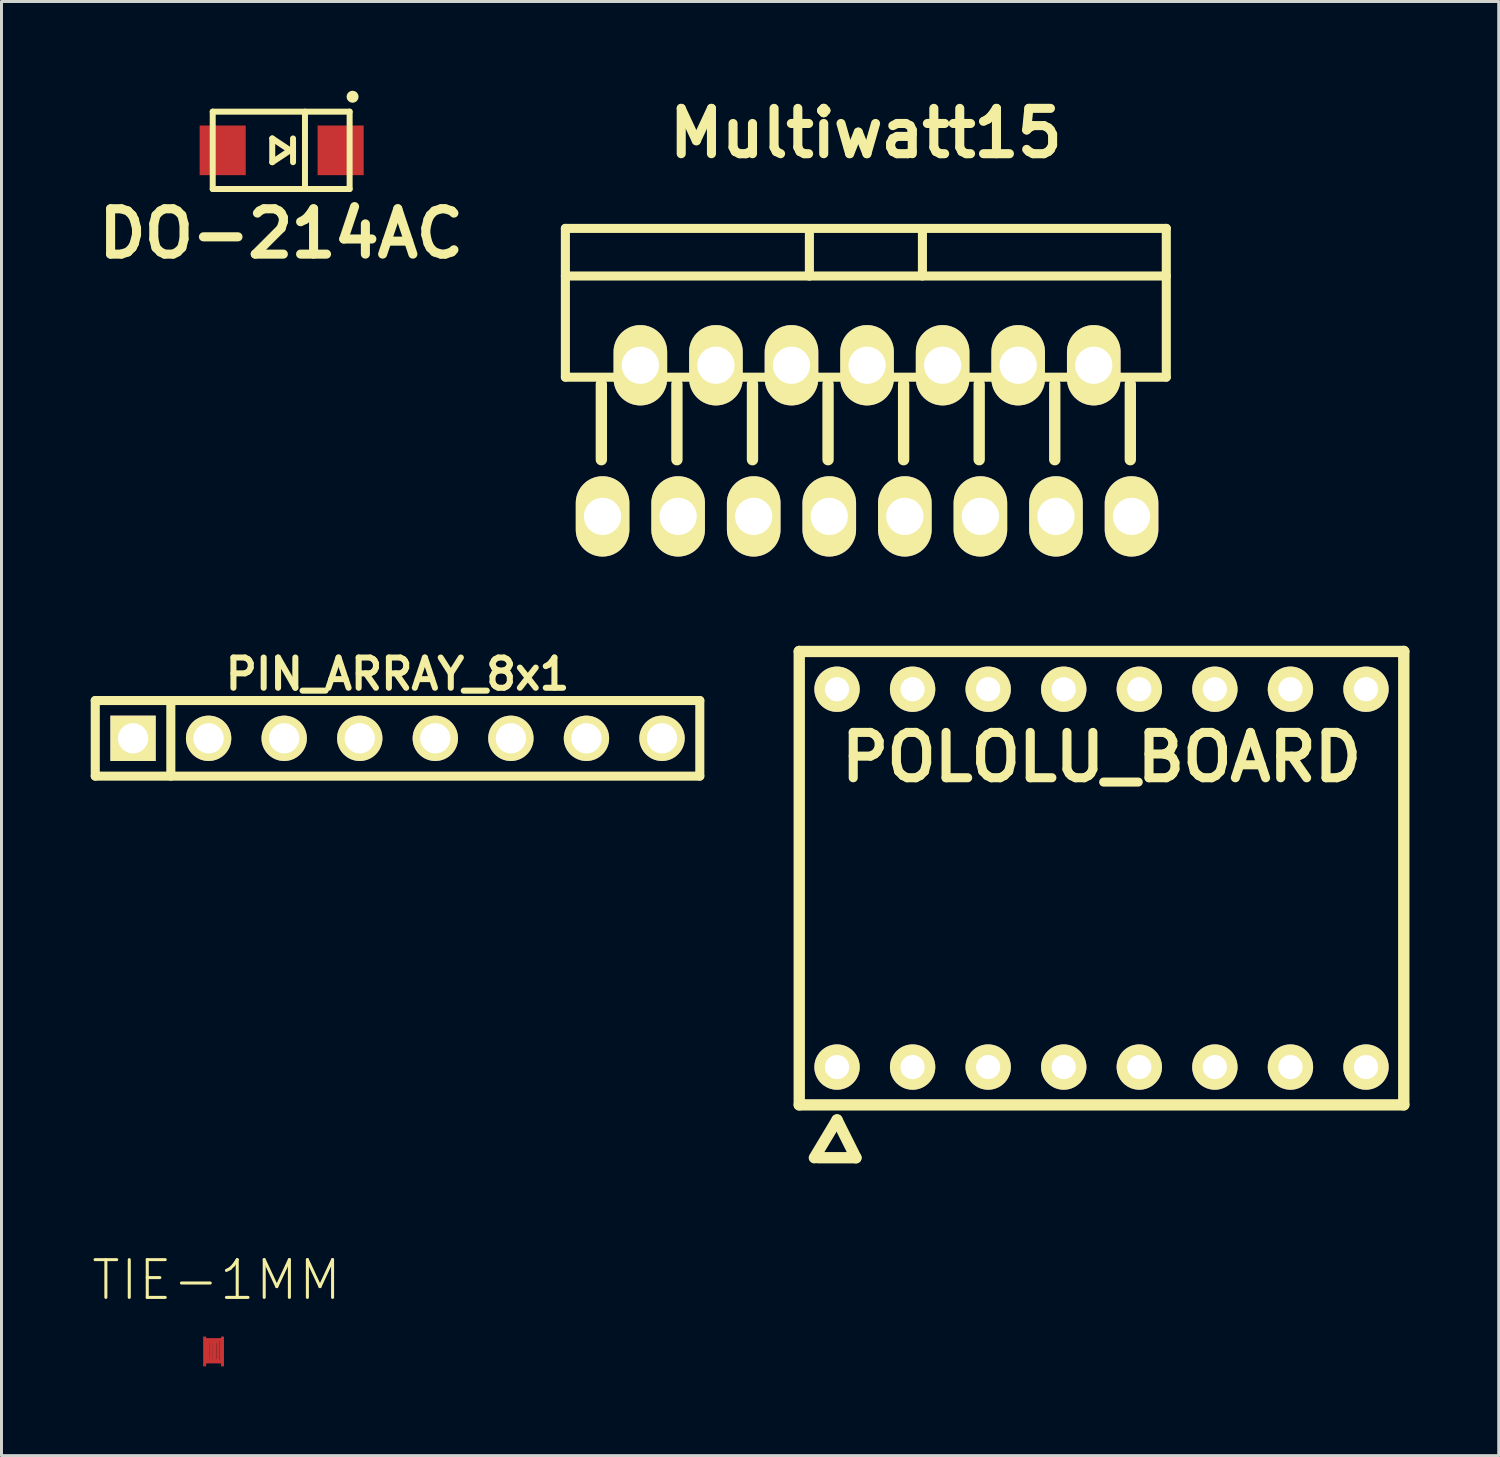
<source format=kicad_pcb>
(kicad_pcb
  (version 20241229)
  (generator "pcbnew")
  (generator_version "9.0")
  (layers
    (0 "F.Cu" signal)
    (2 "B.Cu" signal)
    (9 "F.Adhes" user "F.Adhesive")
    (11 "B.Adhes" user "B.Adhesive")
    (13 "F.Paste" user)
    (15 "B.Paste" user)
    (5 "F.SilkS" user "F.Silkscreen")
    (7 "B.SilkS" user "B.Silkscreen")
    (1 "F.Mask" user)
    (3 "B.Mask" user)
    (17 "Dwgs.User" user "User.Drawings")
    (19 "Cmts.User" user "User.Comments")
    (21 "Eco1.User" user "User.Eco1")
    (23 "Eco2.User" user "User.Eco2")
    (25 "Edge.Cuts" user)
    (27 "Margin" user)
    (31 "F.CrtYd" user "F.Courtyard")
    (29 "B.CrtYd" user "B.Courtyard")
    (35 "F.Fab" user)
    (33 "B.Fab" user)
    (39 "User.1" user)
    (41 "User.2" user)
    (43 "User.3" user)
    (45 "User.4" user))
  (footprint "POLOLU_BOARD"
    (layer "F.Cu")
    (at 33.975 32.817)
    (property "Reference" "POLOLU_BOARD" (at 0 -10.414 0) (layer "F.SilkS") (effects (font (size 1.524 1.524) (thickness 0.305))))
    (attr through_hole)
    (fp_line (start -10.16 -13.97) (end 10.16 -13.97) (stroke (width 0.381) (type solid)) (layer "F.SilkS"))
    (fp_line (start -10.16 1.27) (end -10.16 -13.97) (stroke (width 0.381) (type solid)) (layer "F.SilkS"))
    (fp_line (start -9.652 3.048) (end -8.89 1.778) (stroke (width 0.381) (type solid)) (layer "F.SilkS"))
    (fp_line (start -8.89 1.778) (end -8.255 3.048) (stroke (width 0.381) (type solid)) (layer "F.SilkS"))
    (fp_line (start -8.255 3.048) (end -9.525 3.048) (stroke (width 0.381) (type solid)) (layer "F.SilkS"))
    (fp_line (start 10.16 -13.97) (end 10.16 1.27) (stroke (width 0.381) (type solid)) (layer "F.SilkS"))
    (fp_line (start 10.16 1.27) (end -10.16 1.27) (stroke (width 0.381) (type solid)) (layer "F.SilkS"))
    (pad "1" thru_hole circle (at -8.89 0) (size 1.524 1.524) (drill 0.813) (layers "*.Cu" "*.Mask" "F.SilkS"))
    (pad "2" thru_hole circle (at -6.35 0) (size 1.524 1.524) (drill 0.813) (layers "*.Cu" "*.Mask" "F.SilkS"))
    (pad "3" thru_hole circle (at -3.81 0) (size 1.524 1.524) (drill 0.813) (layers "*.Cu" "*.Mask" "F.SilkS"))
    (pad "4" thru_hole circle (at -1.27 0) (size 1.524 1.524) (drill 0.813) (layers "*.Cu" "*.Mask" "F.SilkS"))
    (pad "5" thru_hole circle (at 1.27 0) (size 1.524 1.524) (drill 0.813) (layers "*.Cu" "*.Mask" "F.SilkS"))
    (pad "6" thru_hole circle (at 3.81 0) (size 1.524 1.524) (drill 0.813) (layers "*.Cu" "*.Mask" "F.SilkS"))
    (pad "7" thru_hole circle (at 6.35 0) (size 1.524 1.524) (drill 0.813) (layers "*.Cu" "*.Mask" "F.SilkS"))
    (pad "8" thru_hole circle (at 8.89 0) (size 1.524 1.524) (drill 0.813) (layers "*.Cu" "*.Mask" "F.SilkS"))
    (pad "9" thru_hole circle (at 8.89 -12.7) (size 1.524 1.524) (drill 0.813) (layers "*.Cu" "*.Mask" "F.SilkS"))
    (pad "10" thru_hole circle (at 6.35 -12.7) (size 1.524 1.524) (drill 0.813) (layers "*.Cu" "*.Mask" "F.SilkS"))
    (pad "11" thru_hole circle (at 3.81 -12.7) (size 1.524 1.524) (drill 0.813) (layers "*.Cu" "*.Mask" "F.SilkS"))
    (pad "12" thru_hole circle (at 1.27 -12.7) (size 1.524 1.524) (drill 0.813) (layers "*.Cu" "*.Mask" "F.SilkS"))
    (pad "13" thru_hole circle (at -1.27 -12.7) (size 1.524 1.524) (drill 0.813) (layers "*.Cu" "*.Mask" "F.SilkS"))
    (pad "14" thru_hole circle (at -3.81 -12.7) (size 1.524 1.524) (drill 0.813) (layers "*.Cu" "*.Mask" "F.SilkS"))
    (pad "15" thru_hole circle (at -6.35 -12.7) (size 1.524 1.524) (drill 0.813) (layers "*.Cu" "*.Mask" "F.SilkS"))
    (pad "16" thru_hole circle (at -8.89 -12.7) (size 1.524 1.524) (drill 0.813) (layers "*.Cu" "*.Mask" "F.SilkS")))
  (footprint "DO-214AC"
    (layer "F.Cu")
    (at 6.401 2.003)
    (property "Reference" "DO-214AC" (at 0 2.799 0) (layer "F.SilkS") (effects (font (size 1.524 1.524) (thickness 0.305))))
    (attr through_hole)
    (fp_line (start -2.301 -1.3) (end 2.301 -1.3) (stroke (width 0.201) (type solid)) (layer "F.SilkS"))
    (fp_line (start -2.301 1.3) (end -2.301 -1.3) (stroke (width 0.201) (type solid)) (layer "F.SilkS"))
    (fp_line (start -2.301 1.3) (end 2.301 1.3) (stroke (width 0.201) (type solid)) (layer "F.SilkS"))
    (fp_line (start -0.3 -0.399) (end 0.3 0) (stroke (width 0.201) (type solid)) (layer "F.SilkS"))
    (fp_line (start -0.3 0.399) (end -0.3 -0.399) (stroke (width 0.201) (type solid)) (layer "F.SilkS"))
    (fp_line (start 0.3 0) (end -0.3 0.399) (stroke (width 0.201) (type solid)) (layer "F.SilkS"))
    (fp_line (start 0.399 -0.399) (end 0.399 0.399) (stroke (width 0.201) (type solid)) (layer "F.SilkS"))
    (fp_line (start 0.8 -1.3) (end 0.8 1.3) (stroke (width 0.201) (type solid)) (layer "F.SilkS"))
    (fp_line (start 2.301 -1.3) (end 2.301 1.3) (stroke (width 0.201) (type solid)) (layer "F.SilkS"))
    (fp_circle (center 2.4 -1.801) (end 2.4 -1.699) (stroke (width 0.201) (type solid)) (fill no) (layer "F.SilkS"))
    (pad "1" smd rect (at -1.966 0) (size 1.549 1.669) (layers "F.Cu" "F.Mask" "F.Paste"))
    (pad "2" smd rect (at 1.999 0) (size 1.549 1.669) (layers "F.Cu" "F.Mask" "F.Paste")))
  (footprint "TIE-1MM"
    (layer "F.Cu")
    (at 4.129 42.377)
    (property "Reference" "TIE-1MM" (at 0.099 -2.4 0) (layer "F.SilkS") (effects (font (size 1.27 1.27) (thickness 0.102))))
    (attr through_hole)
    (fp_line (start -0.249 -0.399) (end 0.249 -0.399) (stroke (width 0.099) (type solid)) (layer "F.Cu"))
    (fp_line (start -0.249 -0.351) (end -0.099 -0.351) (stroke (width 0.099) (type solid)) (layer "F.Cu"))
    (fp_line (start -0.249 0.351) (end -0.249 -0.351) (stroke (width 0.099) (type solid)) (layer "F.Cu"))
    (fp_line (start -0.201 -0.351) (end 0.15 -0.351) (stroke (width 0.099) (type solid)) (layer "F.Cu"))
    (fp_line (start -0.201 0.3) (end -0.201 -0.351) (stroke (width 0.099) (type solid)) (layer "F.Cu"))
    (fp_line (start -0.099 -0.351) (end -0.099 0.3) (stroke (width 0.099) (type solid)) (layer "F.Cu"))
    (fp_line (start -0.099 0.3) (end -0.201 0.3) (stroke (width 0.099) (type solid)) (layer "F.Cu"))
    (fp_line (start 0 -0.3) (end 0.051 -0.3) (stroke (width 0.099) (type solid)) (layer "F.Cu"))
    (fp_line (start 0 0.3) (end 0 -0.3) (stroke (width 0.099) (type solid)) (layer "F.Cu"))
    (fp_line (start 0.051 -0.3) (end 0.051 0.249) (stroke (width 0.099) (type solid)) (layer "F.Cu"))
    (fp_line (start 0.15 -0.351) (end 0.15 0.3) (stroke (width 0.099) (type solid)) (layer "F.Cu"))
    (fp_line (start 0.15 0.3) (end 0 0.3) (stroke (width 0.099) (type solid)) (layer "F.Cu"))
    (fp_line (start 0.249 -0.399) (end 0.249 0.351) (stroke (width 0.099) (type solid)) (layer "F.Cu"))
    (fp_line (start 0.249 0.351) (end -0.249 0.351) (stroke (width 0.099) (type solid)) (layer "F.Cu"))
    (pad "1" smd rect (at -0.3 0) (size 0.099 1.001) (layers "F.Cu" "F.Mask" "F.Paste"))
    (pad "2" smd rect (at 0.3 0) (size 0.099 1.001) (layers "F.Cu" "F.Mask" "F.Paste")))
  (footprint "Multiwatt15"
    (layer "F.Cu")
    (at 26.053 9.227)
    (property "Reference" "Multiwatt15" (at 0 -7.8 0) (layer "F.SilkS") (effects (font (size 1.524 1.524) (thickness 0.305))))
    (attr through_hole)
    (fp_line (start -10.099 -4.6) (end -10.099 0.399) (stroke (width 0.305) (type solid)) (layer "F.SilkS"))
    (fp_line (start -10.099 0.401) (end 10.099 0.401) (stroke (width 0.305) (type solid)) (layer "F.SilkS"))
    (fp_line (start -8.89 3.175) (end -8.89 0.635) (stroke (width 0.381) (type solid)) (layer "F.SilkS"))
    (fp_line (start -6.35 0.635) (end -6.35 3.175) (stroke (width 0.381) (type solid)) (layer "F.SilkS"))
    (fp_line (start -3.81 0.635) (end -3.81 3.175) (stroke (width 0.381) (type solid)) (layer "F.SilkS"))
    (fp_line (start -1.897 -2.997) (end -1.897 -4.498) (stroke (width 0.305) (type solid)) (layer "F.SilkS"))
    (fp_line (start -1.27 0.635) (end -1.27 3.175) (stroke (width 0.381) (type solid)) (layer "F.SilkS"))
    (fp_line (start 1.27 0.635) (end 1.27 3.175) (stroke (width 0.381) (type solid)) (layer "F.SilkS"))
    (fp_line (start 1.902 -4.501) (end 1.902 -3) (stroke (width 0.305) (type solid)) (layer "F.SilkS"))
    (fp_line (start 3.81 0.635) (end 3.81 3.175) (stroke (width 0.381) (type solid)) (layer "F.SilkS"))
    (fp_line (start 6.35 0.635) (end 6.35 3.175) (stroke (width 0.381) (type solid)) (layer "F.SilkS"))
    (fp_line (start 8.89 0.635) (end 8.89 3.175) (stroke (width 0.381) (type solid)) (layer "F.SilkS"))
    (fp_line (start 10.099 -4.6) (end -10.099 -4.6) (stroke (width 0.305) (type solid)) (layer "F.SilkS"))
    (fp_line (start 10.099 -4.6) (end 10.099 0.399) (stroke (width 0.305) (type solid)) (layer "F.SilkS"))
    (fp_line (start 10.099 -3) (end -10.099 -3) (stroke (width 0.305) (type solid)) (layer "F.SilkS"))
    (pad "1" thru_hole oval (at -8.849 5.08) (size 1.801 2.7) (drill 1.25) (layers "*.Cu" "*.Mask" "F.SilkS"))
    (pad "2" thru_hole oval (at -7.579 0) (size 1.801 2.7) (drill 1.25) (layers "*.Cu" "*.Mask" "F.SilkS"))
    (pad "3" thru_hole oval (at -6.309 5.08) (size 1.801 2.7) (drill 1.25) (layers "*.Cu" "*.Mask" "F.SilkS"))
    (pad "4" thru_hole oval (at -5.039 0) (size 1.801 2.7) (drill 1.25) (layers "*.Cu" "*.Mask" "F.SilkS"))
    (pad "5" thru_hole oval (at -3.769 5.08) (size 1.801 2.7) (drill 1.25) (layers "*.Cu" "*.Mask" "F.SilkS"))
    (pad "6" thru_hole oval (at -2.499 0) (size 1.801 2.7) (drill 1.25) (layers "*.Cu" "*.Mask" "F.SilkS"))
    (pad "7" thru_hole oval (at -1.229 5.08) (size 1.801 2.7) (drill 1.25) (layers "*.Cu" "*.Mask" "F.SilkS"))
    (pad "8" thru_hole oval (at 0.041 0) (size 1.801 2.7) (drill 1.25) (layers "*.Cu" "*.Mask" "F.SilkS"))
    (pad "9" thru_hole oval (at 1.311 5.08) (size 1.801 2.7) (drill 1.25) (layers "*.Cu" "*.Mask" "F.SilkS"))
    (pad "10" thru_hole oval (at 2.581 0) (size 1.801 2.7) (drill 1.25) (layers "*.Cu" "*.Mask" "F.SilkS"))
    (pad "11" thru_hole oval (at 3.851 5.08) (size 1.801 2.7) (drill 1.25) (layers "*.Cu" "*.Mask" "F.SilkS"))
    (pad "12" thru_hole oval (at 5.121 0) (size 1.801 2.7) (drill 1.25) (layers "*.Cu" "*.Mask" "F.SilkS"))
    (pad "13" thru_hole oval (at 6.391 5.08) (size 1.801 2.7) (drill 1.25) (layers "*.Cu" "*.Mask" "F.SilkS"))
    (pad "14" thru_hole oval (at 7.661 0) (size 1.801 2.7) (drill 1.25) (layers "*.Cu" "*.Mask" "F.SilkS"))
    (pad "15" thru_hole oval (at 8.931 5.08) (size 1.801 2.7) (drill 1.25) (layers "*.Cu" "*.Mask" "F.SilkS")))
  (footprint "PIN_ARRAY_8x1"
    (layer "F.Cu")
    (at 10.312 21.767)
    (property "Reference" "PIN_ARRAY_8x1" (at 0 -2.159 0) (layer "F.SilkS") (effects (font (size 1.016 1.016) (thickness 0.203))))
    (attr through_hole)
    (fp_line (start -10.16 -1.27) (end 10.16 -1.27) (stroke (width 0.305) (type solid)) (layer "F.SilkS"))
    (fp_line (start -10.16 1.27) (end -10.16 -1.27) (stroke (width 0.305) (type solid)) (layer "F.SilkS"))
    (fp_line (start -7.62 1.27) (end -7.62 -1.27) (stroke (width 0.305) (type solid)) (layer "F.SilkS"))
    (fp_line (start 10.16 -1.27) (end 10.16 1.27) (stroke (width 0.305) (type solid)) (layer "F.SilkS"))
    (fp_line (start 10.16 1.27) (end -10.16 1.27) (stroke (width 0.305) (type solid)) (layer "F.SilkS"))
    (pad "1" thru_hole rect (at -8.89 0) (size 1.524 1.524) (drill 1.016) (layers "*.Cu" "*.Mask" "F.SilkS"))
    (pad "2" thru_hole circle (at -6.35 0) (size 1.524 1.524) (drill 1.016) (layers "*.Cu" "*.Mask" "F.SilkS"))
    (pad "3" thru_hole circle (at -3.81 0) (size 1.524 1.524) (drill 1.016) (layers "*.Cu" "*.Mask" "F.SilkS"))
    (pad "4" thru_hole circle (at -1.27 0) (size 1.524 1.524) (drill 1.016) (layers "*.Cu" "*.Mask" "F.SilkS"))
    (pad "5" thru_hole circle (at 1.27 0) (size 1.524 1.524) (drill 1.016) (layers "*.Cu" "*.Mask" "F.SilkS"))
    (pad "6" thru_hole circle (at 3.81 0) (size 1.524 1.524) (drill 1.016) (layers "*.Cu" "*.Mask" "F.SilkS"))
    (pad "7" thru_hole circle (at 6.35 0) (size 1.524 1.524) (drill 1.016) (layers "*.Cu" "*.Mask" "F.SilkS"))
    (pad "8" thru_hole circle (at 8.89 0) (size 1.524 1.524) (drill 1.016) (layers "*.Cu" "*.Mask" "F.SilkS")))
  (gr_rect
    (start -3 -3)
    (end 47.326 45.878)
    (stroke (width 0.1) (type default))
    (fill no)
    (layer "Edge.Cuts")))
</source>
